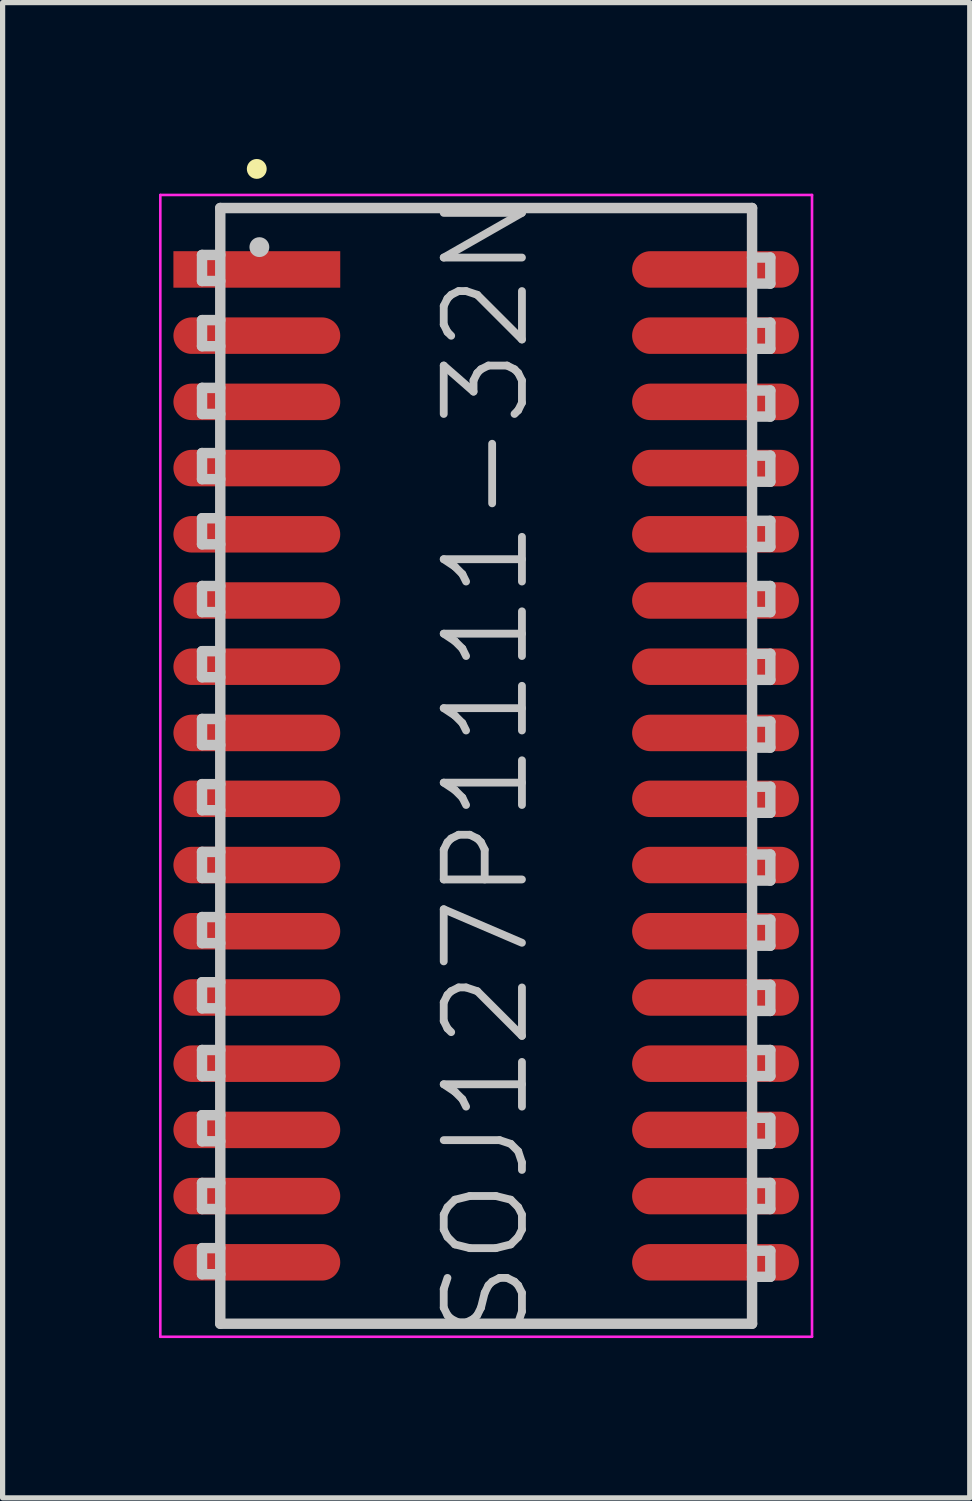
<source format=kicad_pcb>
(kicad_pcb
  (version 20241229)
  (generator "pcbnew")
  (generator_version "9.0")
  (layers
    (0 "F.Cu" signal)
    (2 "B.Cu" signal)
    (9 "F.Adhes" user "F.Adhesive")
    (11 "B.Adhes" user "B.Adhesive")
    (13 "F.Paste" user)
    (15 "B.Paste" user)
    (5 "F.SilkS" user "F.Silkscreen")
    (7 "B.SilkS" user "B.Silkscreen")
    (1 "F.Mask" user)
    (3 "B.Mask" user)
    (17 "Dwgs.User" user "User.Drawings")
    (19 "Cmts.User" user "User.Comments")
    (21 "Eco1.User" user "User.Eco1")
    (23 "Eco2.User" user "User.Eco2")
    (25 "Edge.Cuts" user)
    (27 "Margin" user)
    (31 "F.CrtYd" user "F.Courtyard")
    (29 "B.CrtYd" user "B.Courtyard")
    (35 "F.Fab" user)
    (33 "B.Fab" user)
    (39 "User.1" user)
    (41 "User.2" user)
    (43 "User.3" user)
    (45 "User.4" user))
  (footprint "SOJ127P1111-32N"
    (layer "F.Cu")
    (at 6.275 11.64)
    (property "Reference" "SOJ127P1111-32N" (at 0 0 90) (layer "Dwgs.User") (effects (font (size 1.5 1.5) (thickness 0.15))))
    (attr smd)
    (fp_line (start -4.4 -11.45) (end -4.4 -11.45) (stroke (width 0.381) (type solid)) (layer "F.SilkS"))
    (fp_line (start -5.45 -9.8) (end -5.45 -9.3) (stroke (width 0.2) (type solid)) (layer "Dwgs.User"))
    (fp_line (start -5.45 -9.3) (end -5.1 -9.3) (stroke (width 0.2) (type solid)) (layer "Dwgs.User"))
    (fp_line (start -5.45 -8.55) (end -5.45 -8.05) (stroke (width 0.2) (type solid)) (layer "Dwgs.User"))
    (fp_line (start -5.45 -8.05) (end -5.1 -8.05) (stroke (width 0.2) (type solid)) (layer "Dwgs.User"))
    (fp_line (start -5.45 -7.25) (end -5.45 -6.75) (stroke (width 0.2) (type solid)) (layer "Dwgs.User"))
    (fp_line (start -5.45 -6.75) (end -5.1 -6.75) (stroke (width 0.2) (type solid)) (layer "Dwgs.User"))
    (fp_line (start -5.45 -6) (end -5.45 -5.5) (stroke (width 0.2) (type solid)) (layer "Dwgs.User"))
    (fp_line (start -5.45 -5.5) (end -5.1 -5.5) (stroke (width 0.2) (type solid)) (layer "Dwgs.User"))
    (fp_line (start -5.45 -4.75) (end -5.45 -4.25) (stroke (width 0.2) (type solid)) (layer "Dwgs.User"))
    (fp_line (start -5.45 -4.25) (end -5.1 -4.25) (stroke (width 0.2) (type solid)) (layer "Dwgs.User"))
    (fp_line (start -5.45 -3.45) (end -5.45 -2.95) (stroke (width 0.2) (type solid)) (layer "Dwgs.User"))
    (fp_line (start -5.45 -2.95) (end -5.1 -2.95) (stroke (width 0.2) (type solid)) (layer "Dwgs.User"))
    (fp_line (start -5.45 -2.2) (end -5.45 -1.7) (stroke (width 0.2) (type solid)) (layer "Dwgs.User"))
    (fp_line (start -5.45 -1.7) (end -5.1 -1.7) (stroke (width 0.2) (type solid)) (layer "Dwgs.User"))
    (fp_line (start -5.45 -0.9) (end -5.45 -0.4) (stroke (width 0.2) (type solid)) (layer "Dwgs.User"))
    (fp_line (start -5.45 -0.4) (end -5.1 -0.4) (stroke (width 0.2) (type solid)) (layer "Dwgs.User"))
    (fp_line (start -5.45 0.35) (end -5.45 0.85) (stroke (width 0.2) (type solid)) (layer "Dwgs.User"))
    (fp_line (start -5.45 0.85) (end -5.1 0.85) (stroke (width 0.2) (type solid)) (layer "Dwgs.User"))
    (fp_line (start -5.45 1.65) (end -5.45 2.15) (stroke (width 0.2) (type solid)) (layer "Dwgs.User"))
    (fp_line (start -5.45 2.15) (end -5.1 2.15) (stroke (width 0.2) (type solid)) (layer "Dwgs.User"))
    (fp_line (start -5.45 2.9) (end -5.45 3.4) (stroke (width 0.2) (type solid)) (layer "Dwgs.User"))
    (fp_line (start -5.45 3.4) (end -5.1 3.4) (stroke (width 0.2) (type solid)) (layer "Dwgs.User"))
    (fp_line (start -5.45 4.15) (end -5.45 4.65) (stroke (width 0.2) (type solid)) (layer "Dwgs.User"))
    (fp_line (start -5.45 4.65) (end -5.1 4.65) (stroke (width 0.2) (type solid)) (layer "Dwgs.User"))
    (fp_line (start -5.45 5.45) (end -5.45 5.95) (stroke (width 0.2) (type solid)) (layer "Dwgs.User"))
    (fp_line (start -5.45 5.95) (end -5.1 5.95) (stroke (width 0.2) (type solid)) (layer "Dwgs.User"))
    (fp_line (start -5.45 6.7) (end -5.45 7.2) (stroke (width 0.2) (type solid)) (layer "Dwgs.User"))
    (fp_line (start -5.45 7.2) (end -5.1 7.2) (stroke (width 0.2) (type solid)) (layer "Dwgs.User"))
    (fp_line (start -5.45 8) (end -5.45 8.5) (stroke (width 0.2) (type solid)) (layer "Dwgs.User"))
    (fp_line (start -5.45 8.5) (end -5.1 8.5) (stroke (width 0.2) (type solid)) (layer "Dwgs.User"))
    (fp_line (start -5.45 9.25) (end -5.45 9.75) (stroke (width 0.2) (type solid)) (layer "Dwgs.User"))
    (fp_line (start -5.45 9.75) (end -5.1 9.75) (stroke (width 0.2) (type solid)) (layer "Dwgs.User"))
    (fp_line (start -5.1 -10.7) (end -5.1 10.7) (stroke (width 0.2) (type solid)) (layer "Dwgs.User"))
    (fp_line (start -5.1 -10.7) (end 5.1 -10.7) (stroke (width 0.2) (type solid)) (layer "Dwgs.User"))
    (fp_line (start -5.1 -9.8) (end -5.45 -9.8) (stroke (width 0.2) (type solid)) (layer "Dwgs.User"))
    (fp_line (start -5.1 -8.55) (end -5.45 -8.55) (stroke (width 0.2) (type solid)) (layer "Dwgs.User"))
    (fp_line (start -5.1 -7.25) (end -5.45 -7.25) (stroke (width 0.2) (type solid)) (layer "Dwgs.User"))
    (fp_line (start -5.1 -6) (end -5.45 -6) (stroke (width 0.2) (type solid)) (layer "Dwgs.User"))
    (fp_line (start -5.1 -4.75) (end -5.45 -4.75) (stroke (width 0.2) (type solid)) (layer "Dwgs.User"))
    (fp_line (start -5.1 -3.45) (end -5.45 -3.45) (stroke (width 0.2) (type solid)) (layer "Dwgs.User"))
    (fp_line (start -5.1 -2.2) (end -5.45 -2.2) (stroke (width 0.2) (type solid)) (layer "Dwgs.User"))
    (fp_line (start -5.1 -0.9) (end -5.45 -0.9) (stroke (width 0.2) (type solid)) (layer "Dwgs.User"))
    (fp_line (start -5.1 0.35) (end -5.45 0.35) (stroke (width 0.2) (type solid)) (layer "Dwgs.User"))
    (fp_line (start -5.1 1.65) (end -5.45 1.65) (stroke (width 0.2) (type solid)) (layer "Dwgs.User"))
    (fp_line (start -5.1 2.9) (end -5.45 2.9) (stroke (width 0.2) (type solid)) (layer "Dwgs.User"))
    (fp_line (start -5.1 4.15) (end -5.45 4.15) (stroke (width 0.2) (type solid)) (layer "Dwgs.User"))
    (fp_line (start -5.1 5.45) (end -5.45 5.45) (stroke (width 0.2) (type solid)) (layer "Dwgs.User"))
    (fp_line (start -5.1 6.7) (end -5.45 6.7) (stroke (width 0.2) (type solid)) (layer "Dwgs.User"))
    (fp_line (start -5.1 8) (end -5.45 8) (stroke (width 0.2) (type solid)) (layer "Dwgs.User"))
    (fp_line (start -5.1 9.25) (end -5.45 9.25) (stroke (width 0.2) (type solid)) (layer "Dwgs.User"))
    (fp_line (start -5.1 10.7) (end 5.1 10.7) (stroke (width 0.2) (type solid)) (layer "Dwgs.User"))
    (fp_line (start -4.35 -9.95) (end -4.35 -9.95) (stroke (width 0.381) (type solid)) (layer "Dwgs.User"))
    (fp_line (start 5.1 -10.7) (end 5.1 10.7) (stroke (width 0.2) (type solid)) (layer "Dwgs.User"))
    (fp_line (start 5.1 -9.75) (end 5.45 -9.75) (stroke (width 0.2) (type solid)) (layer "Dwgs.User"))
    (fp_line (start 5.1 -8.5) (end 5.45 -8.5) (stroke (width 0.2) (type solid)) (layer "Dwgs.User"))
    (fp_line (start 5.1 -7.2) (end 5.45 -7.2) (stroke (width 0.2) (type solid)) (layer "Dwgs.User"))
    (fp_line (start 5.1 -5.95) (end 5.45 -5.95) (stroke (width 0.2) (type solid)) (layer "Dwgs.User"))
    (fp_line (start 5.1 -4.7) (end 5.45 -4.7) (stroke (width 0.2) (type solid)) (layer "Dwgs.User"))
    (fp_line (start 5.1 -3.45) (end 5.45 -3.45) (stroke (width 0.2) (type solid)) (layer "Dwgs.User"))
    (fp_line (start 5.1 -2.15) (end 5.45 -2.15) (stroke (width 0.2) (type solid)) (layer "Dwgs.User"))
    (fp_line (start 5.1 -0.85) (end 5.45 -0.85) (stroke (width 0.2) (type solid)) (layer "Dwgs.User"))
    (fp_line (start 5.1 0.4) (end 5.45 0.4) (stroke (width 0.2) (type solid)) (layer "Dwgs.User"))
    (fp_line (start 5.1 1.7) (end 5.45 1.7) (stroke (width 0.2) (type solid)) (layer "Dwgs.User"))
    (fp_line (start 5.1 2.95) (end 5.45 2.95) (stroke (width 0.2) (type solid)) (layer "Dwgs.User"))
    (fp_line (start 5.1 4.2) (end 5.45 4.2) (stroke (width 0.2) (type solid)) (layer "Dwgs.User"))
    (fp_line (start 5.1 5.45) (end 5.45 5.45) (stroke (width 0.2) (type solid)) (layer "Dwgs.User"))
    (fp_line (start 5.1 6.75) (end 5.45 6.75) (stroke (width 0.2) (type solid)) (layer "Dwgs.User"))
    (fp_line (start 5.1 8) (end 5.45 8) (stroke (width 0.2) (type solid)) (layer "Dwgs.User"))
    (fp_line (start 5.1 9.3) (end 5.45 9.3) (stroke (width 0.2) (type solid)) (layer "Dwgs.User"))
    (fp_line (start 5.45 -9.75) (end 5.45 -9.25) (stroke (width 0.2) (type solid)) (layer "Dwgs.User"))
    (fp_line (start 5.45 -9.25) (end 5.1 -9.25) (stroke (width 0.2) (type solid)) (layer "Dwgs.User"))
    (fp_line (start 5.45 -8.5) (end 5.45 -8) (stroke (width 0.2) (type solid)) (layer "Dwgs.User"))
    (fp_line (start 5.45 -8) (end 5.1 -8) (stroke (width 0.2) (type solid)) (layer "Dwgs.User"))
    (fp_line (start 5.45 -7.2) (end 5.45 -6.7) (stroke (width 0.2) (type solid)) (layer "Dwgs.User"))
    (fp_line (start 5.45 -6.7) (end 5.1 -6.7) (stroke (width 0.2) (type solid)) (layer "Dwgs.User"))
    (fp_line (start 5.45 -5.95) (end 5.45 -5.45) (stroke (width 0.2) (type solid)) (layer "Dwgs.User"))
    (fp_line (start 5.45 -5.45) (end 5.1 -5.45) (stroke (width 0.2) (type solid)) (layer "Dwgs.User"))
    (fp_line (start 5.45 -4.7) (end 5.45 -4.2) (stroke (width 0.2) (type solid)) (layer "Dwgs.User"))
    (fp_line (start 5.45 -4.2) (end 5.1 -4.2) (stroke (width 0.2) (type solid)) (layer "Dwgs.User"))
    (fp_line (start 5.45 -3.45) (end 5.45 -2.95) (stroke (width 0.2) (type solid)) (layer "Dwgs.User"))
    (fp_line (start 5.45 -2.95) (end 5.1 -2.95) (stroke (width 0.2) (type solid)) (layer "Dwgs.User"))
    (fp_line (start 5.45 -2.15) (end 5.45 -1.65) (stroke (width 0.2) (type solid)) (layer "Dwgs.User"))
    (fp_line (start 5.45 -1.65) (end 5.1 -1.65) (stroke (width 0.2) (type solid)) (layer "Dwgs.User"))
    (fp_line (start 5.45 -0.85) (end 5.45 -0.35) (stroke (width 0.2) (type solid)) (layer "Dwgs.User"))
    (fp_line (start 5.45 -0.35) (end 5.1 -0.35) (stroke (width 0.2) (type solid)) (layer "Dwgs.User"))
    (fp_line (start 5.45 0.4) (end 5.45 0.9) (stroke (width 0.2) (type solid)) (layer "Dwgs.User"))
    (fp_line (start 5.45 0.9) (end 5.1 0.9) (stroke (width 0.2) (type solid)) (layer "Dwgs.User"))
    (fp_line (start 5.45 1.7) (end 5.45 2.2) (stroke (width 0.2) (type solid)) (layer "Dwgs.User"))
    (fp_line (start 5.45 2.2) (end 5.1 2.2) (stroke (width 0.2) (type solid)) (layer "Dwgs.User"))
    (fp_line (start 5.45 2.95) (end 5.45 3.45) (stroke (width 0.2) (type solid)) (layer "Dwgs.User"))
    (fp_line (start 5.45 3.45) (end 5.1 3.45) (stroke (width 0.2) (type solid)) (layer "Dwgs.User"))
    (fp_line (start 5.45 4.2) (end 5.45 4.7) (stroke (width 0.2) (type solid)) (layer "Dwgs.User"))
    (fp_line (start 5.45 4.7) (end 5.1 4.7) (stroke (width 0.2) (type solid)) (layer "Dwgs.User"))
    (fp_line (start 5.45 5.45) (end 5.45 5.95) (stroke (width 0.2) (type solid)) (layer "Dwgs.User"))
    (fp_line (start 5.45 5.95) (end 5.1 5.95) (stroke (width 0.2) (type solid)) (layer "Dwgs.User"))
    (fp_line (start 5.45 6.75) (end 5.45 7.25) (stroke (width 0.2) (type solid)) (layer "Dwgs.User"))
    (fp_line (start 5.45 7.25) (end 5.1 7.25) (stroke (width 0.2) (type solid)) (layer "Dwgs.User"))
    (fp_line (start 5.45 8) (end 5.45 8.5) (stroke (width 0.2) (type solid)) (layer "Dwgs.User"))
    (fp_line (start 5.45 8.5) (end 5.1 8.5) (stroke (width 0.2) (type solid)) (layer "Dwgs.User"))
    (fp_line (start 5.45 9.3) (end 5.45 9.8) (stroke (width 0.2) (type solid)) (layer "Dwgs.User"))
    (fp_line (start 5.45 9.8) (end 5.1 9.8) (stroke (width 0.2) (type solid)) (layer "Dwgs.User"))
    (fp_line (start -6.25 -10.95) (end -6.25 10.95) (stroke (width 0.05) (type solid)) (layer "F.CrtYd"))
    (fp_line (start -6.25 -10.95) (end 6.25 -10.95) (stroke (width 0.05) (type solid)) (layer "F.CrtYd"))
    (fp_line (start -6.25 10.95) (end 6.25 10.95) (stroke (width 0.05) (type solid)) (layer "F.CrtYd"))
    (fp_line (start 6.25 -10.95) (end 6.25 10.95) (stroke (width 0.05) (type solid)) (layer "F.CrtYd"))
    (pad "1" smd rect (at -4.399 -9.522 90) (size 0.7 3.2) (layers "F.Cu" "F.Mask" "F.Paste"))
    (pad "2" smd oval (at -4.399 -8.252 90) (size 0.7 3.2) (layers "F.Cu" "F.Mask" "F.Paste"))
    (pad "3" smd oval (at -4.399 -6.982 90) (size 0.7 3.2) (layers "F.Cu" "F.Mask" "F.Paste"))
    (pad "4" smd oval (at -4.399 -5.712 90) (size 0.7 3.2) (layers "F.Cu" "F.Mask" "F.Paste"))
    (pad "5" smd oval (at -4.399 -4.442 90) (size 0.7 3.2) (layers "F.Cu" "F.Mask" "F.Paste"))
    (pad "6" smd oval (at -4.399 -3.172 90) (size 0.7 3.2) (layers "F.Cu" "F.Mask" "F.Paste"))
    (pad "7" smd oval (at -4.399 -1.902 90) (size 0.7 3.2) (layers "F.Cu" "F.Mask" "F.Paste"))
    (pad "8" smd oval (at -4.399 -0.632 90) (size 0.7 3.2) (layers "F.Cu" "F.Mask" "F.Paste"))
    (pad "9" smd oval (at -4.399 0.632 90) (size 0.7 3.2) (layers "F.Cu" "F.Mask" "F.Paste"))
    (pad "10" smd oval (at -4.399 1.902 90) (size 0.7 3.2) (layers "F.Cu" "F.Mask" "F.Paste"))
    (pad "11" smd oval (at -4.399 3.172 90) (size 0.7 3.2) (layers "F.Cu" "F.Mask" "F.Paste"))
    (pad "12" smd oval (at -4.399 4.442 90) (size 0.7 3.2) (layers "F.Cu" "F.Mask" "F.Paste"))
    (pad "13" smd oval (at -4.399 5.712 90) (size 0.7 3.2) (layers "F.Cu" "F.Mask" "F.Paste"))
    (pad "14" smd oval (at -4.399 6.982 90) (size 0.7 3.2) (layers "F.Cu" "F.Mask" "F.Paste"))
    (pad "15" smd oval (at -4.399 8.252 90) (size 0.7 3.2) (layers "F.Cu" "F.Mask" "F.Paste"))
    (pad "16" smd oval (at -4.399 9.522 90) (size 0.7 3.2) (layers "F.Cu" "F.Mask" "F.Paste"))
    (pad "17" smd oval (at 4.399 9.522 270) (size 0.7 3.2) (layers "F.Cu" "F.Mask" "F.Paste"))
    (pad "18" smd oval (at 4.399 8.252 270) (size 0.7 3.2) (layers "F.Cu" "F.Mask" "F.Paste"))
    (pad "19" smd oval (at 4.399 6.982 270) (size 0.7 3.2) (layers "F.Cu" "F.Mask" "F.Paste"))
    (pad "20" smd oval (at 4.399 5.712 270) (size 0.7 3.2) (layers "F.Cu" "F.Mask" "F.Paste"))
    (pad "21" smd oval (at 4.399 4.442 270) (size 0.7 3.2) (layers "F.Cu" "F.Mask" "F.Paste"))
    (pad "22" smd oval (at 4.399 3.172 270) (size 0.7 3.2) (layers "F.Cu" "F.Mask" "F.Paste"))
    (pad "23" smd oval (at 4.399 1.902 270) (size 0.7 3.2) (layers "F.Cu" "F.Mask" "F.Paste"))
    (pad "24" smd oval (at 4.399 0.632 270) (size 0.7 3.2) (layers "F.Cu" "F.Mask" "F.Paste"))
    (pad "25" smd oval (at 4.399 -0.632 270) (size 0.7 3.2) (layers "F.Cu" "F.Mask" "F.Paste"))
    (pad "26" smd oval (at 4.399 -1.902 270) (size 0.7 3.2) (layers "F.Cu" "F.Mask" "F.Paste"))
    (pad "27" smd oval (at 4.399 -3.172 270) (size 0.7 3.2) (layers "F.Cu" "F.Mask" "F.Paste"))
    (pad "28" smd oval (at 4.399 -4.442 270) (size 0.7 3.2) (layers "F.Cu" "F.Mask" "F.Paste"))
    (pad "29" smd oval (at 4.399 -5.712 270) (size 0.7 3.2) (layers "F.Cu" "F.Mask" "F.Paste"))
    (pad "30" smd oval (at 4.399 -6.982 270) (size 0.7 3.2) (layers "F.Cu" "F.Mask" "F.Paste"))
    (pad "31" smd oval (at 4.399 -8.252 270) (size 0.7 3.2) (layers "F.Cu" "F.Mask" "F.Paste"))
    (pad "32" smd oval (at 4.399 -9.522 270) (size 0.7 3.2) (layers "F.Cu" "F.Mask" "F.Paste")))
  (gr_rect
    (start -3 -3)
    (end 15.55 25.68)
    (stroke (width 0.1) (type default))
    (fill no)
    (layer "Edge.Cuts")))
</source>
